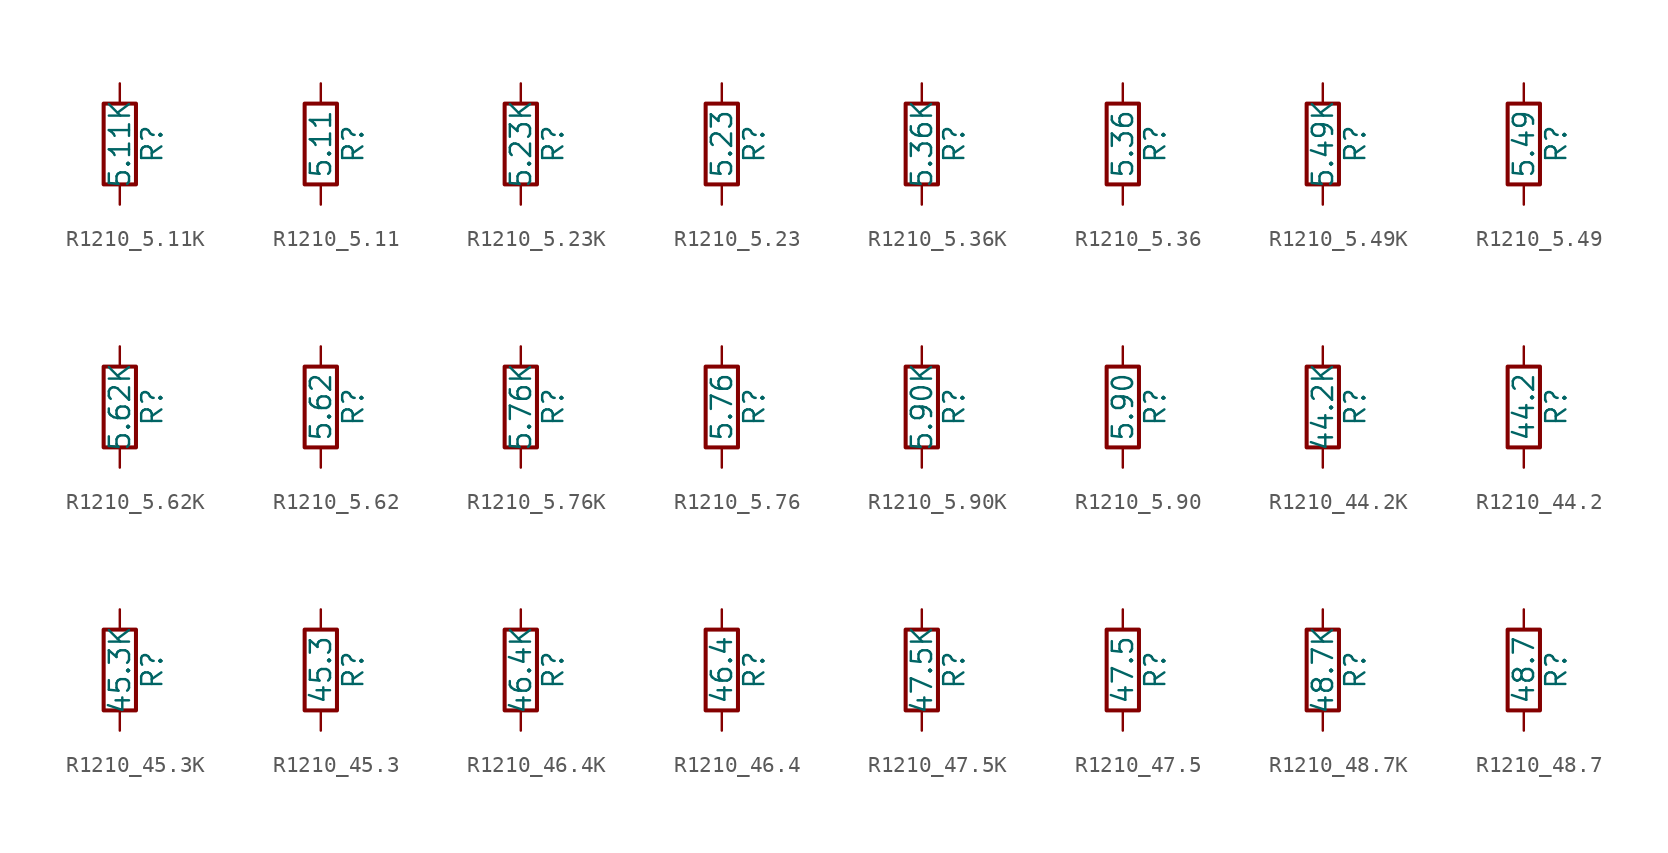
<source format=kicad_sym>
(kicad_symbol_lib
  (version 20211014)
  (generator atlantix-eda)
  (symbol "R1210_5.11K"
    (pin_numbers hide)
    (pin_names
      (offset 0))
    (property "Reference" "R"
      (at 2.032 0 90)
      (effects (font (size 1.27 1.27))))
    (property "Value" "5.11K"
      (at 0 0 90)
      (effects (font (size 1.27 1.27))))
    (symbol "R1210_5.11K_0_1"
      (rectangle (start -1.016 -2.54) (end 1.016 2.54) (stroke (width 0.254) (type default) (color 0 0 0 0)) (fill (type none))))
    (symbol "R1210_5.11K_1_1"
      (pin passive line (at 0 3.81 270) (length 1.27) (name "~" (effects (font (size 1.27 1.27)))) (number "1" (effects (font (size 1.27 1.27)))))
      (pin passive line (at 0 -3.81 90) (length 1.27) (name "~" (effects (font (size 1.27 1.27)))) (number "2" (effects (font (size 1.27 1.27)))))))
  (symbol "R1210_5.11"
    (pin_numbers hide)
    (pin_names
      (offset 0))
    (property "Reference" "R"
      (at 2.032 0 90)
      (effects (font (size 1.27 1.27))))
    (property "Value" "5.11"
      (at 0 0 90)
      (effects (font (size 1.27 1.27))))
    (symbol "R1210_5.11_0_1"
      (rectangle (start -1.016 -2.54) (end 1.016 2.54) (stroke (width 0.254) (type default) (color 0 0 0 0)) (fill (type none))))
    (symbol "R1210_5.11_1_1"
      (pin passive line (at 0 3.81 270) (length 1.27) (name "~" (effects (font (size 1.27 1.27)))) (number "1" (effects (font (size 1.27 1.27)))))
      (pin passive line (at 0 -3.81 90) (length 1.27) (name "~" (effects (font (size 1.27 1.27)))) (number "2" (effects (font (size 1.27 1.27)))))))
  (symbol "R1210_5.23K"
    (pin_numbers hide)
    (pin_names
      (offset 0))
    (property "Reference" "R"
      (at 2.032 0 90)
      (effects (font (size 1.27 1.27))))
    (property "Value" "5.23K"
      (at 0 0 90)
      (effects (font (size 1.27 1.27))))
    (symbol "R1210_5.23K_0_1"
      (rectangle (start -1.016 -2.54) (end 1.016 2.54) (stroke (width 0.254) (type default) (color 0 0 0 0)) (fill (type none))))
    (symbol "R1210_5.23K_1_1"
      (pin passive line (at 0 3.81 270) (length 1.27) (name "~" (effects (font (size 1.27 1.27)))) (number "1" (effects (font (size 1.27 1.27)))))
      (pin passive line (at 0 -3.81 90) (length 1.27) (name "~" (effects (font (size 1.27 1.27)))) (number "2" (effects (font (size 1.27 1.27)))))))
  (symbol "R1210_5.23"
    (pin_numbers hide)
    (pin_names
      (offset 0))
    (property "Reference" "R"
      (at 2.032 0 90)
      (effects (font (size 1.27 1.27))))
    (property "Value" "5.23"
      (at 0 0 90)
      (effects (font (size 1.27 1.27))))
    (symbol "R1210_5.23_0_1"
      (rectangle (start -1.016 -2.54) (end 1.016 2.54) (stroke (width 0.254) (type default) (color 0 0 0 0)) (fill (type none))))
    (symbol "R1210_5.23_1_1"
      (pin passive line (at 0 3.81 270) (length 1.27) (name "~" (effects (font (size 1.27 1.27)))) (number "1" (effects (font (size 1.27 1.27)))))
      (pin passive line (at 0 -3.81 90) (length 1.27) (name "~" (effects (font (size 1.27 1.27)))) (number "2" (effects (font (size 1.27 1.27)))))))
  (symbol "R1210_5.36K"
    (pin_numbers hide)
    (pin_names
      (offset 0))
    (property "Reference" "R"
      (at 2.032 0 90)
      (effects (font (size 1.27 1.27))))
    (property "Value" "5.36K"
      (at 0 0 90)
      (effects (font (size 1.27 1.27))))
    (symbol "R1210_5.36K_0_1"
      (rectangle (start -1.016 -2.54) (end 1.016 2.54) (stroke (width 0.254) (type default) (color 0 0 0 0)) (fill (type none))))
    (symbol "R1210_5.36K_1_1"
      (pin passive line (at 0 3.81 270) (length 1.27) (name "~" (effects (font (size 1.27 1.27)))) (number "1" (effects (font (size 1.27 1.27)))))
      (pin passive line (at 0 -3.81 90) (length 1.27) (name "~" (effects (font (size 1.27 1.27)))) (number "2" (effects (font (size 1.27 1.27)))))))
  (symbol "R1210_5.36"
    (pin_numbers hide)
    (pin_names
      (offset 0))
    (property "Reference" "R"
      (at 2.032 0 90)
      (effects (font (size 1.27 1.27))))
    (property "Value" "5.36"
      (at 0 0 90)
      (effects (font (size 1.27 1.27))))
    (symbol "R1210_5.36_0_1"
      (rectangle (start -1.016 -2.54) (end 1.016 2.54) (stroke (width 0.254) (type default) (color 0 0 0 0)) (fill (type none))))
    (symbol "R1210_5.36_1_1"
      (pin passive line (at 0 3.81 270) (length 1.27) (name "~" (effects (font (size 1.27 1.27)))) (number "1" (effects (font (size 1.27 1.27)))))
      (pin passive line (at 0 -3.81 90) (length 1.27) (name "~" (effects (font (size 1.27 1.27)))) (number "2" (effects (font (size 1.27 1.27)))))))
  (symbol "R1210_5.49K"
    (pin_numbers hide)
    (pin_names
      (offset 0))
    (property "Reference" "R"
      (at 2.032 0 90)
      (effects (font (size 1.27 1.27))))
    (property "Value" "5.49K"
      (at 0 0 90)
      (effects (font (size 1.27 1.27))))
    (symbol "R1210_5.49K_0_1"
      (rectangle (start -1.016 -2.54) (end 1.016 2.54) (stroke (width 0.254) (type default) (color 0 0 0 0)) (fill (type none))))
    (symbol "R1210_5.49K_1_1"
      (pin passive line (at 0 3.81 270) (length 1.27) (name "~" (effects (font (size 1.27 1.27)))) (number "1" (effects (font (size 1.27 1.27)))))
      (pin passive line (at 0 -3.81 90) (length 1.27) (name "~" (effects (font (size 1.27 1.27)))) (number "2" (effects (font (size 1.27 1.27)))))))
  (symbol "R1210_5.49"
    (pin_numbers hide)
    (pin_names
      (offset 0))
    (property "Reference" "R"
      (at 2.032 0 90)
      (effects (font (size 1.27 1.27))))
    (property "Value" "5.49"
      (at 0 0 90)
      (effects (font (size 1.27 1.27))))
    (symbol "R1210_5.49_0_1"
      (rectangle (start -1.016 -2.54) (end 1.016 2.54) (stroke (width 0.254) (type default) (color 0 0 0 0)) (fill (type none))))
    (symbol "R1210_5.49_1_1"
      (pin passive line (at 0 3.81 270) (length 1.27) (name "~" (effects (font (size 1.27 1.27)))) (number "1" (effects (font (size 1.27 1.27)))))
      (pin passive line (at 0 -3.81 90) (length 1.27) (name "~" (effects (font (size 1.27 1.27)))) (number "2" (effects (font (size 1.27 1.27)))))))
  (symbol "R1210_5.62K"
    (pin_numbers hide)
    (pin_names
      (offset 0))
    (property "Reference" "R"
      (at 2.032 0 90)
      (effects (font (size 1.27 1.27))))
    (property "Value" "5.62K"
      (at 0 0 90)
      (effects (font (size 1.27 1.27))))
    (symbol "R1210_5.62K_0_1"
      (rectangle (start -1.016 -2.54) (end 1.016 2.54) (stroke (width 0.254) (type default) (color 0 0 0 0)) (fill (type none))))
    (symbol "R1210_5.62K_1_1"
      (pin passive line (at 0 3.81 270) (length 1.27) (name "~" (effects (font (size 1.27 1.27)))) (number "1" (effects (font (size 1.27 1.27)))))
      (pin passive line (at 0 -3.81 90) (length 1.27) (name "~" (effects (font (size 1.27 1.27)))) (number "2" (effects (font (size 1.27 1.27)))))))
  (symbol "R1210_5.62"
    (pin_numbers hide)
    (pin_names
      (offset 0))
    (property "Reference" "R"
      (at 2.032 0 90)
      (effects (font (size 1.27 1.27))))
    (property "Value" "5.62"
      (at 0 0 90)
      (effects (font (size 1.27 1.27))))
    (symbol "R1210_5.62_0_1"
      (rectangle (start -1.016 -2.54) (end 1.016 2.54) (stroke (width 0.254) (type default) (color 0 0 0 0)) (fill (type none))))
    (symbol "R1210_5.62_1_1"
      (pin passive line (at 0 3.81 270) (length 1.27) (name "~" (effects (font (size 1.27 1.27)))) (number "1" (effects (font (size 1.27 1.27)))))
      (pin passive line (at 0 -3.81 90) (length 1.27) (name "~" (effects (font (size 1.27 1.27)))) (number "2" (effects (font (size 1.27 1.27)))))))
  (symbol "R1210_5.76K"
    (pin_numbers hide)
    (pin_names
      (offset 0))
    (property "Reference" "R"
      (at 2.032 0 90)
      (effects (font (size 1.27 1.27))))
    (property "Value" "5.76K"
      (at 0 0 90)
      (effects (font (size 1.27 1.27))))
    (symbol "R1210_5.76K_0_1"
      (rectangle (start -1.016 -2.54) (end 1.016 2.54) (stroke (width 0.254) (type default) (color 0 0 0 0)) (fill (type none))))
    (symbol "R1210_5.76K_1_1"
      (pin passive line (at 0 3.81 270) (length 1.27) (name "~" (effects (font (size 1.27 1.27)))) (number "1" (effects (font (size 1.27 1.27)))))
      (pin passive line (at 0 -3.81 90) (length 1.27) (name "~" (effects (font (size 1.27 1.27)))) (number "2" (effects (font (size 1.27 1.27)))))))
  (symbol "R1210_5.76"
    (pin_numbers hide)
    (pin_names
      (offset 0))
    (property "Reference" "R"
      (at 2.032 0 90)
      (effects (font (size 1.27 1.27))))
    (property "Value" "5.76"
      (at 0 0 90)
      (effects (font (size 1.27 1.27))))
    (symbol "R1210_5.76_0_1"
      (rectangle (start -1.016 -2.54) (end 1.016 2.54) (stroke (width 0.254) (type default) (color 0 0 0 0)) (fill (type none))))
    (symbol "R1210_5.76_1_1"
      (pin passive line (at 0 3.81 270) (length 1.27) (name "~" (effects (font (size 1.27 1.27)))) (number "1" (effects (font (size 1.27 1.27)))))
      (pin passive line (at 0 -3.81 90) (length 1.27) (name "~" (effects (font (size 1.27 1.27)))) (number "2" (effects (font (size 1.27 1.27)))))))
  (symbol "R1210_5.90K"
    (pin_numbers hide)
    (pin_names
      (offset 0))
    (property "Reference" "R"
      (at 2.032 0 90)
      (effects (font (size 1.27 1.27))))
    (property "Value" "5.90K"
      (at 0 0 90)
      (effects (font (size 1.27 1.27))))
    (symbol "R1210_5.90K_0_1"
      (rectangle (start -1.016 -2.54) (end 1.016 2.54) (stroke (width 0.254) (type default) (color 0 0 0 0)) (fill (type none))))
    (symbol "R1210_5.90K_1_1"
      (pin passive line (at 0 3.81 270) (length 1.27) (name "~" (effects (font (size 1.27 1.27)))) (number "1" (effects (font (size 1.27 1.27)))))
      (pin passive line (at 0 -3.81 90) (length 1.27) (name "~" (effects (font (size 1.27 1.27)))) (number "2" (effects (font (size 1.27 1.27)))))))
  (symbol "R1210_5.90"
    (pin_numbers hide)
    (pin_names
      (offset 0))
    (property "Reference" "R"
      (at 2.032 0 90)
      (effects (font (size 1.27 1.27))))
    (property "Value" "5.90"
      (at 0 0 90)
      (effects (font (size 1.27 1.27))))
    (symbol "R1210_5.90_0_1"
      (rectangle (start -1.016 -2.54) (end 1.016 2.54) (stroke (width 0.254) (type default) (color 0 0 0 0)) (fill (type none))))
    (symbol "R1210_5.90_1_1"
      (pin passive line (at 0 3.81 270) (length 1.27) (name "~" (effects (font (size 1.27 1.27)))) (number "1" (effects (font (size 1.27 1.27)))))
      (pin passive line (at 0 -3.81 90) (length 1.27) (name "~" (effects (font (size 1.27 1.27)))) (number "2" (effects (font (size 1.27 1.27)))))))
  (symbol "R1210_44.2K"
    (pin_numbers hide)
    (pin_names
      (offset 0))
    (property "Reference" "R"
      (at 2.032 0 90)
      (effects (font (size 1.27 1.27))))
    (property "Value" "44.2K"
      (at 0 0 90)
      (effects (font (size 1.27 1.27))))
    (symbol "R1210_44.2K_0_1"
      (rectangle (start -1.016 -2.54) (end 1.016 2.54) (stroke (width 0.254) (type default) (color 0 0 0 0)) (fill (type none))))
    (symbol "R1210_44.2K_1_1"
      (pin passive line (at 0 3.81 270) (length 1.27) (name "~" (effects (font (size 1.27 1.27)))) (number "1" (effects (font (size 1.27 1.27)))))
      (pin passive line (at 0 -3.81 90) (length 1.27) (name "~" (effects (font (size 1.27 1.27)))) (number "2" (effects (font (size 1.27 1.27)))))))
  (symbol "R1210_44.2"
    (pin_numbers hide)
    (pin_names
      (offset 0))
    (property "Reference" "R"
      (at 2.032 0 90)
      (effects (font (size 1.27 1.27))))
    (property "Value" "44.2"
      (at 0 0 90)
      (effects (font (size 1.27 1.27))))
    (symbol "R1210_44.2_0_1"
      (rectangle (start -1.016 -2.54) (end 1.016 2.54) (stroke (width 0.254) (type default) (color 0 0 0 0)) (fill (type none))))
    (symbol "R1210_44.2_1_1"
      (pin passive line (at 0 3.81 270) (length 1.27) (name "~" (effects (font (size 1.27 1.27)))) (number "1" (effects (font (size 1.27 1.27)))))
      (pin passive line (at 0 -3.81 90) (length 1.27) (name "~" (effects (font (size 1.27 1.27)))) (number "2" (effects (font (size 1.27 1.27)))))))
  (symbol "R1210_45.3K"
    (pin_numbers hide)
    (pin_names
      (offset 0))
    (property "Reference" "R"
      (at 2.032 0 90)
      (effects (font (size 1.27 1.27))))
    (property "Value" "45.3K"
      (at 0 0 90)
      (effects (font (size 1.27 1.27))))
    (symbol "R1210_45.3K_0_1"
      (rectangle (start -1.016 -2.54) (end 1.016 2.54) (stroke (width 0.254) (type default) (color 0 0 0 0)) (fill (type none))))
    (symbol "R1210_45.3K_1_1"
      (pin passive line (at 0 3.81 270) (length 1.27) (name "~" (effects (font (size 1.27 1.27)))) (number "1" (effects (font (size 1.27 1.27)))))
      (pin passive line (at 0 -3.81 90) (length 1.27) (name "~" (effects (font (size 1.27 1.27)))) (number "2" (effects (font (size 1.27 1.27)))))))
  (symbol "R1210_45.3"
    (pin_numbers hide)
    (pin_names
      (offset 0))
    (property "Reference" "R"
      (at 2.032 0 90)
      (effects (font (size 1.27 1.27))))
    (property "Value" "45.3"
      (at 0 0 90)
      (effects (font (size 1.27 1.27))))
    (symbol "R1210_45.3_0_1"
      (rectangle (start -1.016 -2.54) (end 1.016 2.54) (stroke (width 0.254) (type default) (color 0 0 0 0)) (fill (type none))))
    (symbol "R1210_45.3_1_1"
      (pin passive line (at 0 3.81 270) (length 1.27) (name "~" (effects (font (size 1.27 1.27)))) (number "1" (effects (font (size 1.27 1.27)))))
      (pin passive line (at 0 -3.81 90) (length 1.27) (name "~" (effects (font (size 1.27 1.27)))) (number "2" (effects (font (size 1.27 1.27)))))))
  (symbol "R1210_46.4K"
    (pin_numbers hide)
    (pin_names
      (offset 0))
    (property "Reference" "R"
      (at 2.032 0 90)
      (effects (font (size 1.27 1.27))))
    (property "Value" "46.4K"
      (at 0 0 90)
      (effects (font (size 1.27 1.27))))
    (symbol "R1210_46.4K_0_1"
      (rectangle (start -1.016 -2.54) (end 1.016 2.54) (stroke (width 0.254) (type default) (color 0 0 0 0)) (fill (type none))))
    (symbol "R1210_46.4K_1_1"
      (pin passive line (at 0 3.81 270) (length 1.27) (name "~" (effects (font (size 1.27 1.27)))) (number "1" (effects (font (size 1.27 1.27)))))
      (pin passive line (at 0 -3.81 90) (length 1.27) (name "~" (effects (font (size 1.27 1.27)))) (number "2" (effects (font (size 1.27 1.27)))))))
  (symbol "R1210_46.4"
    (pin_numbers hide)
    (pin_names
      (offset 0))
    (property "Reference" "R"
      (at 2.032 0 90)
      (effects (font (size 1.27 1.27))))
    (property "Value" "46.4"
      (at 0 0 90)
      (effects (font (size 1.27 1.27))))
    (symbol "R1210_46.4_0_1"
      (rectangle (start -1.016 -2.54) (end 1.016 2.54) (stroke (width 0.254) (type default) (color 0 0 0 0)) (fill (type none))))
    (symbol "R1210_46.4_1_1"
      (pin passive line (at 0 3.81 270) (length 1.27) (name "~" (effects (font (size 1.27 1.27)))) (number "1" (effects (font (size 1.27 1.27)))))
      (pin passive line (at 0 -3.81 90) (length 1.27) (name "~" (effects (font (size 1.27 1.27)))) (number "2" (effects (font (size 1.27 1.27)))))))
  (symbol "R1210_47.5K"
    (pin_numbers hide)
    (pin_names
      (offset 0))
    (property "Reference" "R"
      (at 2.032 0 90)
      (effects (font (size 1.27 1.27))))
    (property "Value" "47.5K"
      (at 0 0 90)
      (effects (font (size 1.27 1.27))))
    (symbol "R1210_47.5K_0_1"
      (rectangle (start -1.016 -2.54) (end 1.016 2.54) (stroke (width 0.254) (type default) (color 0 0 0 0)) (fill (type none))))
    (symbol "R1210_47.5K_1_1"
      (pin passive line (at 0 3.81 270) (length 1.27) (name "~" (effects (font (size 1.27 1.27)))) (number "1" (effects (font (size 1.27 1.27)))))
      (pin passive line (at 0 -3.81 90) (length 1.27) (name "~" (effects (font (size 1.27 1.27)))) (number "2" (effects (font (size 1.27 1.27)))))))
  (symbol "R1210_47.5"
    (pin_numbers hide)
    (pin_names
      (offset 0))
    (property "Reference" "R"
      (at 2.032 0 90)
      (effects (font (size 1.27 1.27))))
    (property "Value" "47.5"
      (at 0 0 90)
      (effects (font (size 1.27 1.27))))
    (symbol "R1210_47.5_0_1"
      (rectangle (start -1.016 -2.54) (end 1.016 2.54) (stroke (width 0.254) (type default) (color 0 0 0 0)) (fill (type none))))
    (symbol "R1210_47.5_1_1"
      (pin passive line (at 0 3.81 270) (length 1.27) (name "~" (effects (font (size 1.27 1.27)))) (number "1" (effects (font (size 1.27 1.27)))))
      (pin passive line (at 0 -3.81 90) (length 1.27) (name "~" (effects (font (size 1.27 1.27)))) (number "2" (effects (font (size 1.27 1.27)))))))
  (symbol "R1210_48.7K"
    (pin_numbers hide)
    (pin_names
      (offset 0))
    (property "Reference" "R"
      (at 2.032 0 90)
      (effects (font (size 1.27 1.27))))
    (property "Value" "48.7K"
      (at 0 0 90)
      (effects (font (size 1.27 1.27))))
    (symbol "R1210_48.7K_0_1"
      (rectangle (start -1.016 -2.54) (end 1.016 2.54) (stroke (width 0.254) (type default) (color 0 0 0 0)) (fill (type none))))
    (symbol "R1210_48.7K_1_1"
      (pin passive line (at 0 3.81 270) (length 1.27) (name "~" (effects (font (size 1.27 1.27)))) (number "1" (effects (font (size 1.27 1.27)))))
      (pin passive line (at 0 -3.81 90) (length 1.27) (name "~" (effects (font (size 1.27 1.27)))) (number "2" (effects (font (size 1.27 1.27)))))))
  (symbol "R1210_48.7"
    (pin_numbers hide)
    (pin_names
      (offset 0))
    (property "Reference" "R"
      (at 2.032 0 90)
      (effects (font (size 1.27 1.27))))
    (property "Value" "48.7"
      (at 0 0 90)
      (effects (font (size 1.27 1.27))))
    (symbol "R1210_48.7_0_1"
      (rectangle (start -1.016 -2.54) (end 1.016 2.54) (stroke (width 0.254) (type default) (color 0 0 0 0)) (fill (type none))))
    (symbol "R1210_48.7_1_1"
      (pin passive line (at 0 3.81 270) (length 1.27) (name "~" (effects (font (size 1.27 1.27)))) (number "1" (effects (font (size 1.27 1.27)))))
      (pin passive line (at 0 -3.81 90) (length 1.27) (name "~" (effects (font (size 1.27 1.27)))) (number "2" (effects (font (size 1.27 1.27))))))))
</source>
